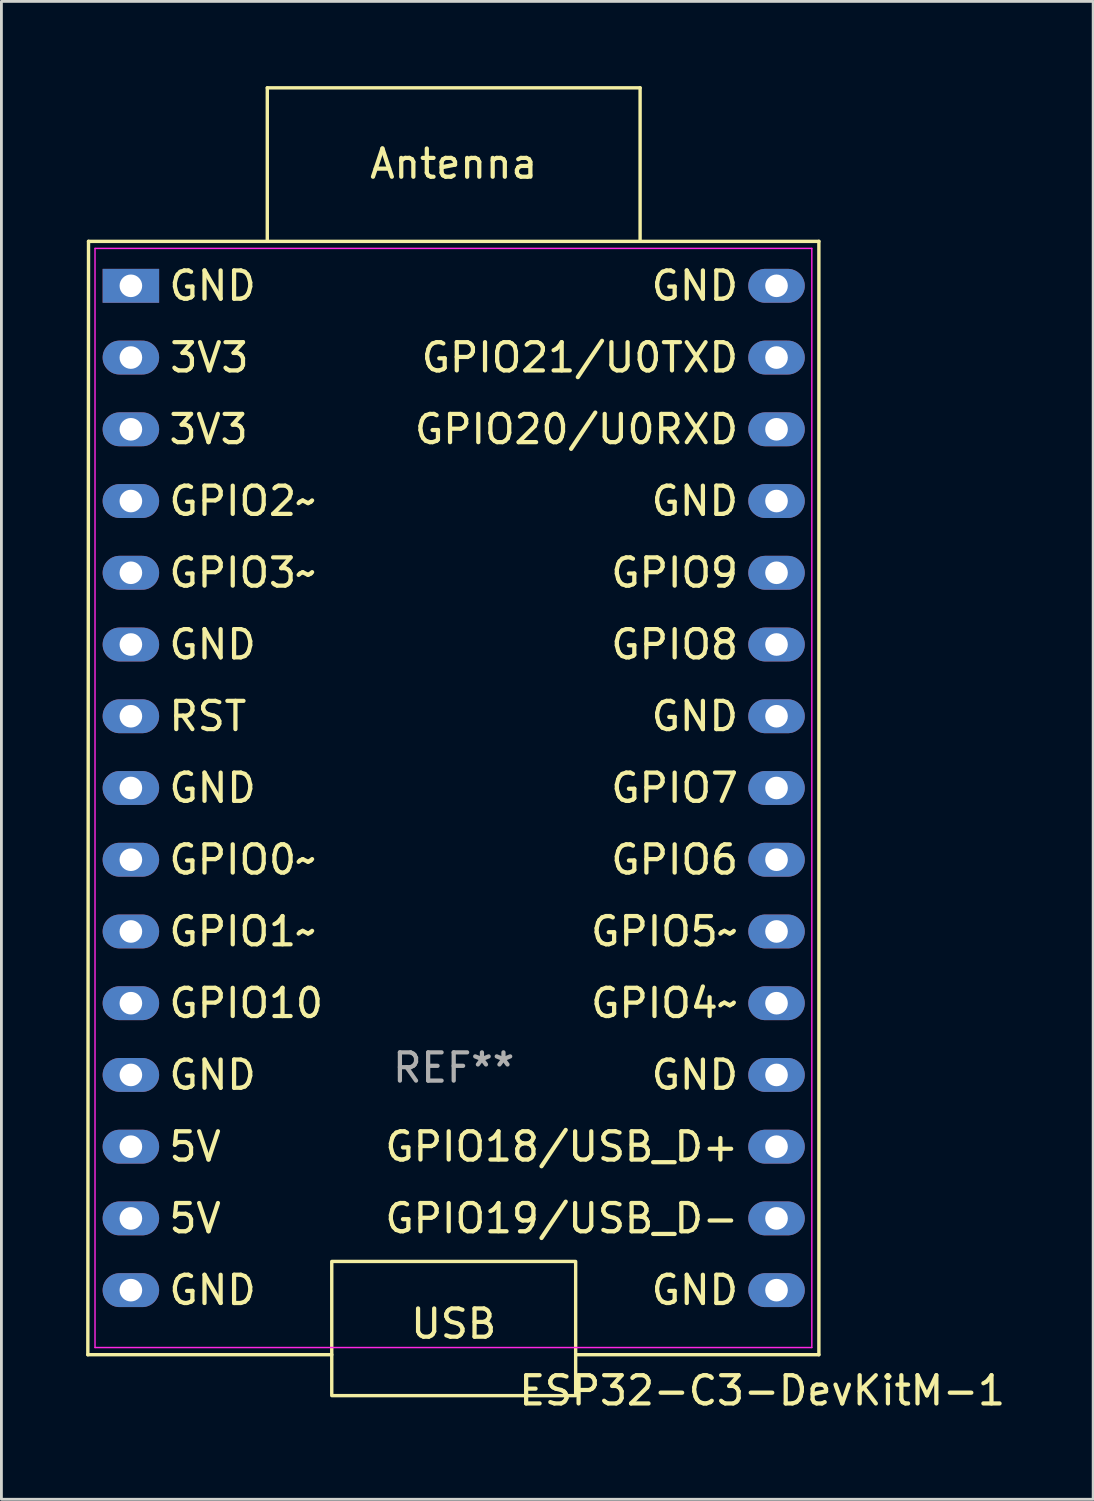
<source format=kicad_pcb>
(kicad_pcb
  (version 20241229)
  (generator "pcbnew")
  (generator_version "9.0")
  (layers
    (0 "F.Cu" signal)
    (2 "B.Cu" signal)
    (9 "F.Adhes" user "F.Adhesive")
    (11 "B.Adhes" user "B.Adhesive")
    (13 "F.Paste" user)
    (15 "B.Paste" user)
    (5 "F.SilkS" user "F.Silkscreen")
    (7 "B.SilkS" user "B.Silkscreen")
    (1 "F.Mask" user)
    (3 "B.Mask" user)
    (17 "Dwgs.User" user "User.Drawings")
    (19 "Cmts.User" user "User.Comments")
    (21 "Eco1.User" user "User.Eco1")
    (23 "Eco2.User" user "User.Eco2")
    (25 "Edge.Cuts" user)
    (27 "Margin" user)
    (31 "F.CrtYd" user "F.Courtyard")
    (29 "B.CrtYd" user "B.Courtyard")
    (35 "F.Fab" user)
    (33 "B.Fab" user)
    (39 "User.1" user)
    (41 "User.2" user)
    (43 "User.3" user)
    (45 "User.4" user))
  (footprint "ESP32-C3-DevKitM-1"
    (layer "F.Cu")
    (at 1.584 7.07)
    (property "Reference" "ESP32-C3-DevKitM-1" (at 22.352 39.116 0) (layer "F.SilkS") (effects (font (size 1 1) (thickness 0.15))))
    (attr through_hole)
    (fp_line (start -1.524 37.846) (end 7.112 37.846) (stroke (width 0.12) (type solid)) (layer "F.SilkS"))
    (fp_line (start -1.5 -1.575) (end -1.524 37.846) (stroke (width 0.12) (type solid)) (layer "F.SilkS"))
    (fp_line (start 4.83 -7.01) (end 18.03 -7.01) (stroke (width 0.12) (type default)) (layer "F.SilkS"))
    (fp_line (start 4.83 -1.61) (end 4.83 -7.01) (stroke (width 0.12) (type default)) (layer "F.SilkS"))
    (fp_line (start 18.03 -7.01) (end 18.03 -1.61) (stroke (width 0.12) (type default)) (layer "F.SilkS"))
    (fp_line (start 24.36 37.846) (end 15.748 37.846) (stroke (width 0.12) (type default)) (layer "F.SilkS"))
    (fp_line (start 24.36 37.846) (end 24.36 -1.575) (stroke (width 0.12) (type solid)) (layer "F.SilkS"))
    (fp_line (start 24.36 -1.575) (end -1.5 -1.575) (stroke (width 0.12) (type solid)) (layer "F.SilkS"))
    (fp_rect (start 7.112 34.544) (end 15.748 39.294) (stroke (width 0.12) (type solid)) (fill no) (layer "F.SilkS"))
    (fp_line (start -1.27 -1.325) (end 24.11 -1.325) (stroke (width 0.05) (type solid)) (layer "F.CrtYd"))
    (fp_line (start -1.27 37.592) (end -1.27 -1.325) (stroke (width 0.05) (type solid)) (layer "F.CrtYd"))
    (fp_line (start 24.11 -1.325) (end 24.11 37.592) (stroke (width 0.05) (type solid)) (layer "F.CrtYd"))
    (fp_line (start 24.11 37.592) (end -1.27 37.592) (stroke (width 0.05) (type solid)) (layer "F.CrtYd"))
    (fp_text user "GPIO9" (at 21.59 10.16 0) (unlocked yes) (layer "F.SilkS") (effects (font (size 1 1) (thickness 0.15)) (justify right)))
    (fp_text user "GPIO5~" (at 21.59 22.86 0) (unlocked yes) (layer "F.SilkS") (effects (font (size 1 1) (thickness 0.15)) (justify right)))
    (fp_text user "GND" (at 1.27 35.56 0) (unlocked yes) (layer "F.SilkS") (effects (font (size 1 1) (thickness 0.15)) (justify left)))
    (fp_text user "RST" (at 1.27 15.24 0) (unlocked yes) (layer "F.SilkS") (effects (font (size 1 1) (thickness 0.15)) (justify left)))
    (fp_text user "GPIO18/USB_D+" (at 21.59 30.48 0) (unlocked yes) (layer "F.SilkS") (effects (font (size 1 1) (thickness 0.15)) (justify right)))
    (fp_text user "GPIO6" (at 21.59 20.32 0) (unlocked yes) (layer "F.SilkS") (effects (font (size 1 1) (thickness 0.15)) (justify right)))
    (fp_text user "GPIO3~" (at 1.27 10.16 0) (unlocked yes) (layer "F.SilkS") (effects (font (size 1 1) (thickness 0.15)) (justify left)))
    (fp_text user "3V3" (at 1.3 2.54 0) (unlocked yes) (layer "F.SilkS") (effects (font (size 1 1) (thickness 0.15)) (justify left)))
    (fp_text user "GND" (at 21.59 35.56 0) (unlocked yes) (layer "F.SilkS") (effects (font (size 1 1) (thickness 0.15)) (justify right)))
    (fp_text user "Antenna" (at 11.43 -4.318 0) (unlocked yes) (layer "F.SilkS") (effects (font (size 1 1) (thickness 0.15))))
    (fp_text user "GND" (at 1.27 0 0) (unlocked yes) (layer "F.SilkS") (effects (font (size 1 1) (thickness 0.15)) (justify left)))
    (fp_text user "GND" (at 1.27 27.94 0) (unlocked yes) (layer "F.SilkS") (effects (font (size 1 1) (thickness 0.15)) (justify left)))
    (fp_text user "5V" (at 1.27 30.48 0) (unlocked yes) (layer "F.SilkS") (effects (font (size 1 1) (thickness 0.15)) (justify left)))
    (fp_text user "GPIO7" (at 21.59 17.78 0) (unlocked yes) (layer "F.SilkS") (effects (font (size 1 1) (thickness 0.15)) (justify right)))
    (fp_text user "GPIO20/U0RXD" (at 21.59 5.08 0) (unlocked yes) (layer "F.SilkS") (effects (font (size 1 1) (thickness 0.15)) (justify right)))
    (fp_text user "3V3" (at 1.27 5.08 0) (unlocked yes) (layer "F.SilkS") (effects (font (size 1 1) (thickness 0.15)) (justify left)))
    (fp_text user "GND" (at 21.59 0 0) (unlocked yes) (layer "F.SilkS") (effects (font (size 1 1) (thickness 0.15)) (justify right)))
    (fp_text user "GPIO1~" (at 1.27 22.86 0) (unlocked yes) (layer "F.SilkS") (effects (font (size 1 1) (thickness 0.15)) (justify left)))
    (fp_text user "USB" (at 11.43 37.338 0) (unlocked yes) (layer "F.SilkS") (effects (font (size 1 1) (thickness 0.15)) (justify bottom)))
    (fp_text user "GND" (at 21.59 7.62 0) (unlocked yes) (layer "F.SilkS") (effects (font (size 1 1) (thickness 0.15)) (justify right)))
    (fp_text user "GPIO21/U0TXD" (at 21.59 2.54 0) (unlocked yes) (layer "F.SilkS") (effects (font (size 1 1) (thickness 0.15)) (justify right)))
    (fp_text user "GND" (at 1.27 12.7 0) (unlocked yes) (layer "F.SilkS") (effects (font (size 1 1) (thickness 0.15)) (justify left)))
    (fp_text user "GPIO8" (at 21.59 12.7 0) (unlocked yes) (layer "F.SilkS") (effects (font (size 1 1) (thickness 0.15)) (justify right)))
    (fp_text user "5V" (at 1.27 33.02 0) (unlocked yes) (layer "F.SilkS") (effects (font (size 1 1) (thickness 0.15)) (justify left)))
    (fp_text user "GPIO2~" (at 1.27 7.62 0) (unlocked yes) (layer "F.SilkS") (effects (font (size 1 1) (thickness 0.15)) (justify left)))
    (fp_text user "GPIO4~" (at 21.59 25.4 0) (unlocked yes) (layer "F.SilkS") (effects (font (size 1 1) (thickness 0.15)) (justify right)))
    (fp_text user "GPIO19/USB_D-" (at 21.59 33.02 0) (unlocked yes) (layer "F.SilkS") (effects (font (size 1 1) (thickness 0.15)) (justify right)))
    (fp_text user "GPIO0~" (at 1.27 20.32 0) (unlocked yes) (layer "F.SilkS") (effects (font (size 1 1) (thickness 0.15)) (justify left)))
    (fp_text user "GND" (at 21.59 27.94 0) (unlocked yes) (layer "F.SilkS") (effects (font (size 1 1) (thickness 0.15)) (justify right)))
    (fp_text user "GPIO10" (at 1.27 25.4 0) (unlocked yes) (layer "F.SilkS") (effects (font (size 1 1) (thickness 0.15)) (justify left)))
    (fp_text user "GND" (at 1.27 17.78 0) (unlocked yes) (layer "F.SilkS") (effects (font (size 1 1) (thickness 0.15)) (justify left)))
    (fp_text user "GND" (at 21.59 15.24 0) (unlocked yes) (layer "F.SilkS") (effects (font (size 1 1) (thickness 0.15)) (justify right)))
    (fp_text user "REF**" (at 11.43 27.686 0) (layer "F.Fab") (effects (font (size 1 1) (thickness 0.15))))
    (pad "1" thru_hole rect (at 0 0 270) (size 1.2 2) (drill 0.8) (layers "*.Cu" "*.Mask"))
    (pad "2" thru_hole oval (at 0 2.54 270) (size 1.2 2) (drill 0.8) (layers "*.Cu" "*.Mask"))
    (pad "3" thru_hole oval (at 0 5.08 270) (size 1.2 2) (drill 0.8) (layers "*.Cu" "*.Mask"))
    (pad "4" thru_hole oval (at 0 7.62 270) (size 1.2 2) (drill 0.8) (layers "*.Cu" "*.Mask"))
    (pad "5" thru_hole oval (at 0 10.16 270) (size 1.2 2) (drill 0.8) (layers "*.Cu" "*.Mask"))
    (pad "6" thru_hole oval (at 0 12.7 270) (size 1.2 2) (drill 0.8) (layers "*.Cu" "*.Mask"))
    (pad "7" thru_hole oval (at 0 15.24 270) (size 1.2 2) (drill 0.8) (layers "*.Cu" "*.Mask"))
    (pad "8" thru_hole oval (at 0 17.78 270) (size 1.2 2) (drill 0.8) (layers "*.Cu" "*.Mask"))
    (pad "9" thru_hole oval (at 0 20.32 270) (size 1.2 2) (drill 0.8) (layers "*.Cu" "*.Mask"))
    (pad "10" thru_hole oval (at 0 22.86 270) (size 1.2 2) (drill 0.8) (layers "*.Cu" "*.Mask"))
    (pad "11" thru_hole oval (at 0 25.4 270) (size 1.2 2) (drill 0.8) (layers "*.Cu" "*.Mask"))
    (pad "12" thru_hole oval (at 0 27.94 270) (size 1.2 2) (drill 0.8) (layers "*.Cu" "*.Mask"))
    (pad "13" thru_hole oval (at 0 30.48 270) (size 1.2 2) (drill 0.8) (layers "*.Cu" "*.Mask"))
    (pad "14" thru_hole oval (at 0 33.02 270) (size 1.2 2) (drill 0.8) (layers "*.Cu" "*.Mask"))
    (pad "15" thru_hole oval (at 0 35.56 270) (size 1.2 2) (drill 0.8) (layers "*.Cu" "*.Mask"))
    (pad "16" thru_hole oval (at 22.86 35.56 270) (size 1.2 2) (drill 0.8) (layers "*.Cu" "*.Mask"))
    (pad "17" thru_hole oval (at 22.86 33.02 270) (size 1.2 2) (drill 0.8) (layers "*.Cu" "*.Mask"))
    (pad "18" thru_hole oval (at 22.86 30.48 270) (size 1.2 2) (drill 0.8) (layers "*.Cu" "*.Mask"))
    (pad "19" thru_hole oval (at 22.86 27.94 270) (size 1.2 2) (drill 0.8) (layers "*.Cu" "*.Mask"))
    (pad "20" thru_hole oval (at 22.86 25.4 270) (size 1.2 2) (drill 0.8) (layers "*.Cu" "*.Mask"))
    (pad "21" thru_hole oval (at 22.86 22.86 270) (size 1.2 2) (drill 0.8) (layers "*.Cu" "*.Mask"))
    (pad "22" thru_hole oval (at 22.86 20.32 270) (size 1.2 2) (drill 0.8) (layers "*.Cu" "*.Mask"))
    (pad "23" thru_hole oval (at 22.86 17.78 270) (size 1.2 2) (drill 0.8) (layers "*.Cu" "*.Mask"))
    (pad "24" thru_hole oval (at 22.86 15.24 270) (size 1.2 2) (drill 0.8) (layers "*.Cu" "*.Mask"))
    (pad "25" thru_hole oval (at 22.86 12.7 270) (size 1.2 2) (drill 0.8) (layers "*.Cu" "*.Mask"))
    (pad "26" thru_hole oval (at 22.86 10.16 270) (size 1.2 2) (drill 0.8) (layers "*.Cu" "*.Mask"))
    (pad "27" thru_hole oval (at 22.86 7.62 270) (size 1.2 2) (drill 0.8) (layers "*.Cu" "*.Mask"))
    (pad "28" thru_hole oval (at 22.86 5.08 270) (size 1.2 2) (drill 0.8) (layers "*.Cu" "*.Mask"))
    (pad "29" thru_hole oval (at 22.86 2.54 270) (size 1.2 2) (drill 0.8) (layers "*.Cu" "*.Mask"))
    (pad "30" thru_hole oval (at 22.86 0 270) (size 1.2 2) (drill 0.8) (layers "*.Cu" "*.Mask")))
  (gr_rect
    (start -3 -3)
    (end 35.656 50.035)
    (stroke (width 0.1) (type default))
    (fill no)
    (layer "Edge.Cuts")))
</source>
